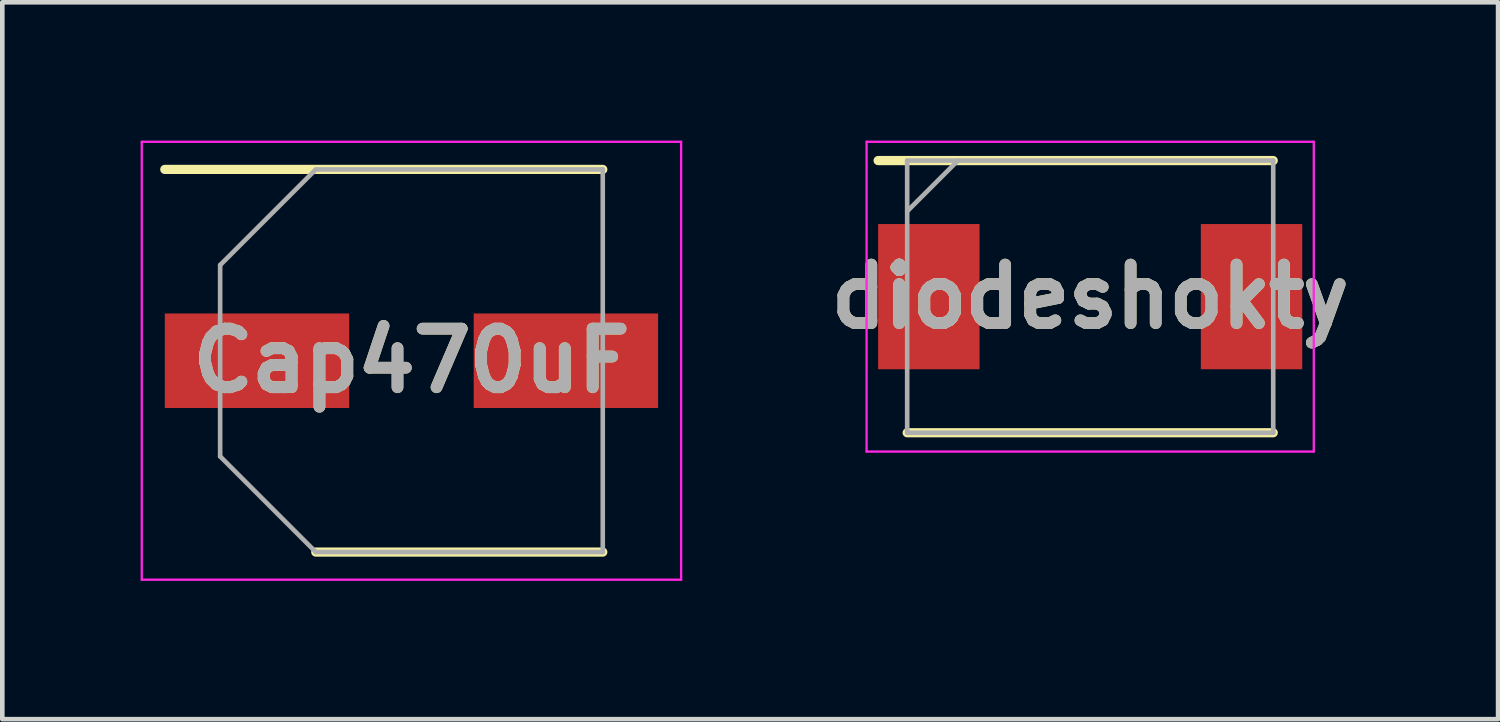
<source format=kicad_pcb>
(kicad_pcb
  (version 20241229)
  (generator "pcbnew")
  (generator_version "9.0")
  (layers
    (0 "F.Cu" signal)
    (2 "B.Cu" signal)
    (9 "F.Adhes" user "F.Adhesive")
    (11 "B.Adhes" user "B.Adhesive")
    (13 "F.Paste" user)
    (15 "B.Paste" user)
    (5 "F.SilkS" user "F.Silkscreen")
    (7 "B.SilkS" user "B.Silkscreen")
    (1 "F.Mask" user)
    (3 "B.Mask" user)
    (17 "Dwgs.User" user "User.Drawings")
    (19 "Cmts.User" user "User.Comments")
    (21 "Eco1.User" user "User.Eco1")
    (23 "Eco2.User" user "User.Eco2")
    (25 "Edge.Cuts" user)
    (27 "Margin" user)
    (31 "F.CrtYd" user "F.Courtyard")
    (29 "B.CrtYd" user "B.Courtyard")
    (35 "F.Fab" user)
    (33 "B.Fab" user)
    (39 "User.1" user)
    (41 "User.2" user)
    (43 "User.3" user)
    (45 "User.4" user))
  (footprint "diodeshokty"
    (layer "F.Cu")
    (at 20.598 3.385)
    (property "Reference" "diodeshokty" (at 0 0 0) (layer "F.SilkS") (effects (font (size 1.27 1.27) (thickness 0.254))))
    (attr smd)
    (fp_line (start -3.97 2.952) (end 3.97 2.952) (stroke (width 0.2) (type solid)) (layer "F.SilkS"))
    (fp_line (start 3.97 -2.952) (end -4.6 -2.952) (stroke (width 0.2) (type solid)) (layer "F.SilkS"))
    (fp_line (start -4.85 -3.36) (end 4.85 -3.36) (stroke (width 0.05) (type solid)) (layer "F.CrtYd"))
    (fp_line (start -4.85 3.36) (end -4.85 -3.36) (stroke (width 0.05) (type solid)) (layer "F.CrtYd"))
    (fp_line (start 4.85 -3.36) (end 4.85 3.36) (stroke (width 0.05) (type solid)) (layer "F.CrtYd"))
    (fp_line (start 4.85 3.36) (end -4.85 3.36) (stroke (width 0.05) (type solid)) (layer "F.CrtYd"))
    (fp_line (start -3.97 -2.952) (end 3.97 -2.952) (stroke (width 0.1) (type solid)) (layer "F.Fab"))
    (fp_line (start -3.97 -1.852) (end -2.87 -2.952) (stroke (width 0.1) (type solid)) (layer "F.Fab"))
    (fp_line (start -3.97 2.952) (end -3.97 -2.952) (stroke (width 0.1) (type solid)) (layer "F.Fab"))
    (fp_line (start 3.97 -2.952) (end 3.97 2.952) (stroke (width 0.1) (type solid)) (layer "F.Fab"))
    (fp_line (start 3.97 2.952) (end -3.97 2.952) (stroke (width 0.1) (type solid)) (layer "F.Fab"))
    (fp_text user "${REFERENCE}" (at 0 0 0) (layer "F.Fab") (effects (font (size 1.27 1.27) (thickness 0.254))))
    (pad "1" smd rect (at -3.5 0) (size 2.2 3.15) (layers "F.Cu" "F.Mask" "F.Paste"))
    (pad "2" smd rect (at 3.5 0) (size 2.2 3.15) (layers "F.Cu" "F.Mask" "F.Paste")))
  (footprint "Cap470uF"
    (layer "F.Cu")
    (at 5.875 4.775)
    (property "Reference" "Cap470uF" (at 0 0 0) (layer "F.SilkS") (effects (font (size 1.27 1.27) (thickness 0.254))))
    (attr smd)
    (fp_line (start -5.35 -4.15) (end 4.15 -4.15) (stroke (width 0.2) (type solid)) (layer "F.SilkS"))
    (fp_line (start -2.075 4.15) (end 4.15 4.15) (stroke (width 0.2) (type solid)) (layer "F.SilkS"))
    (fp_line (start -5.85 -4.75) (end 5.85 -4.75) (stroke (width 0.05) (type solid)) (layer "F.CrtYd"))
    (fp_line (start -5.85 4.75) (end -5.85 -4.75) (stroke (width 0.05) (type solid)) (layer "F.CrtYd"))
    (fp_line (start 5.85 -4.75) (end 5.85 4.75) (stroke (width 0.05) (type solid)) (layer "F.CrtYd"))
    (fp_line (start 5.85 4.75) (end -5.85 4.75) (stroke (width 0.05) (type solid)) (layer "F.CrtYd"))
    (fp_line (start -4.15 -2.075) (end -4.15 2.075) (stroke (width 0.1) (type solid)) (layer "F.Fab"))
    (fp_line (start -4.15 2.075) (end -2.075 4.15) (stroke (width 0.1) (type solid)) (layer "F.Fab"))
    (fp_line (start -2.075 -4.15) (end -4.15 -2.075) (stroke (width 0.1) (type solid)) (layer "F.Fab"))
    (fp_line (start -2.075 4.15) (end 4.15 4.15) (stroke (width 0.1) (type solid)) (layer "F.Fab"))
    (fp_line (start 4.15 -4.15) (end -2.075 -4.15) (stroke (width 0.1) (type solid)) (layer "F.Fab"))
    (fp_line (start 4.15 4.15) (end 4.15 -4.15) (stroke (width 0.1) (type solid)) (layer "F.Fab"))
    (fp_text user "${REFERENCE}" (at 0 0 0) (layer "F.Fab") (effects (font (size 1.27 1.27) (thickness 0.254))))
    (pad "1" smd rect (at -3.35 0 90) (size 2.05 4) (layers "F.Cu" "F.Mask" "F.Paste"))
    (pad "2" smd rect (at 3.35 0 90) (size 2.05 4) (layers "F.Cu" "F.Mask" "F.Paste")))
  (gr_rect
    (start -3 -3)
    (end 29.446 12.55)
    (stroke (width 0.1) (type default))
    (fill no)
    (layer "Edge.Cuts")))
</source>
